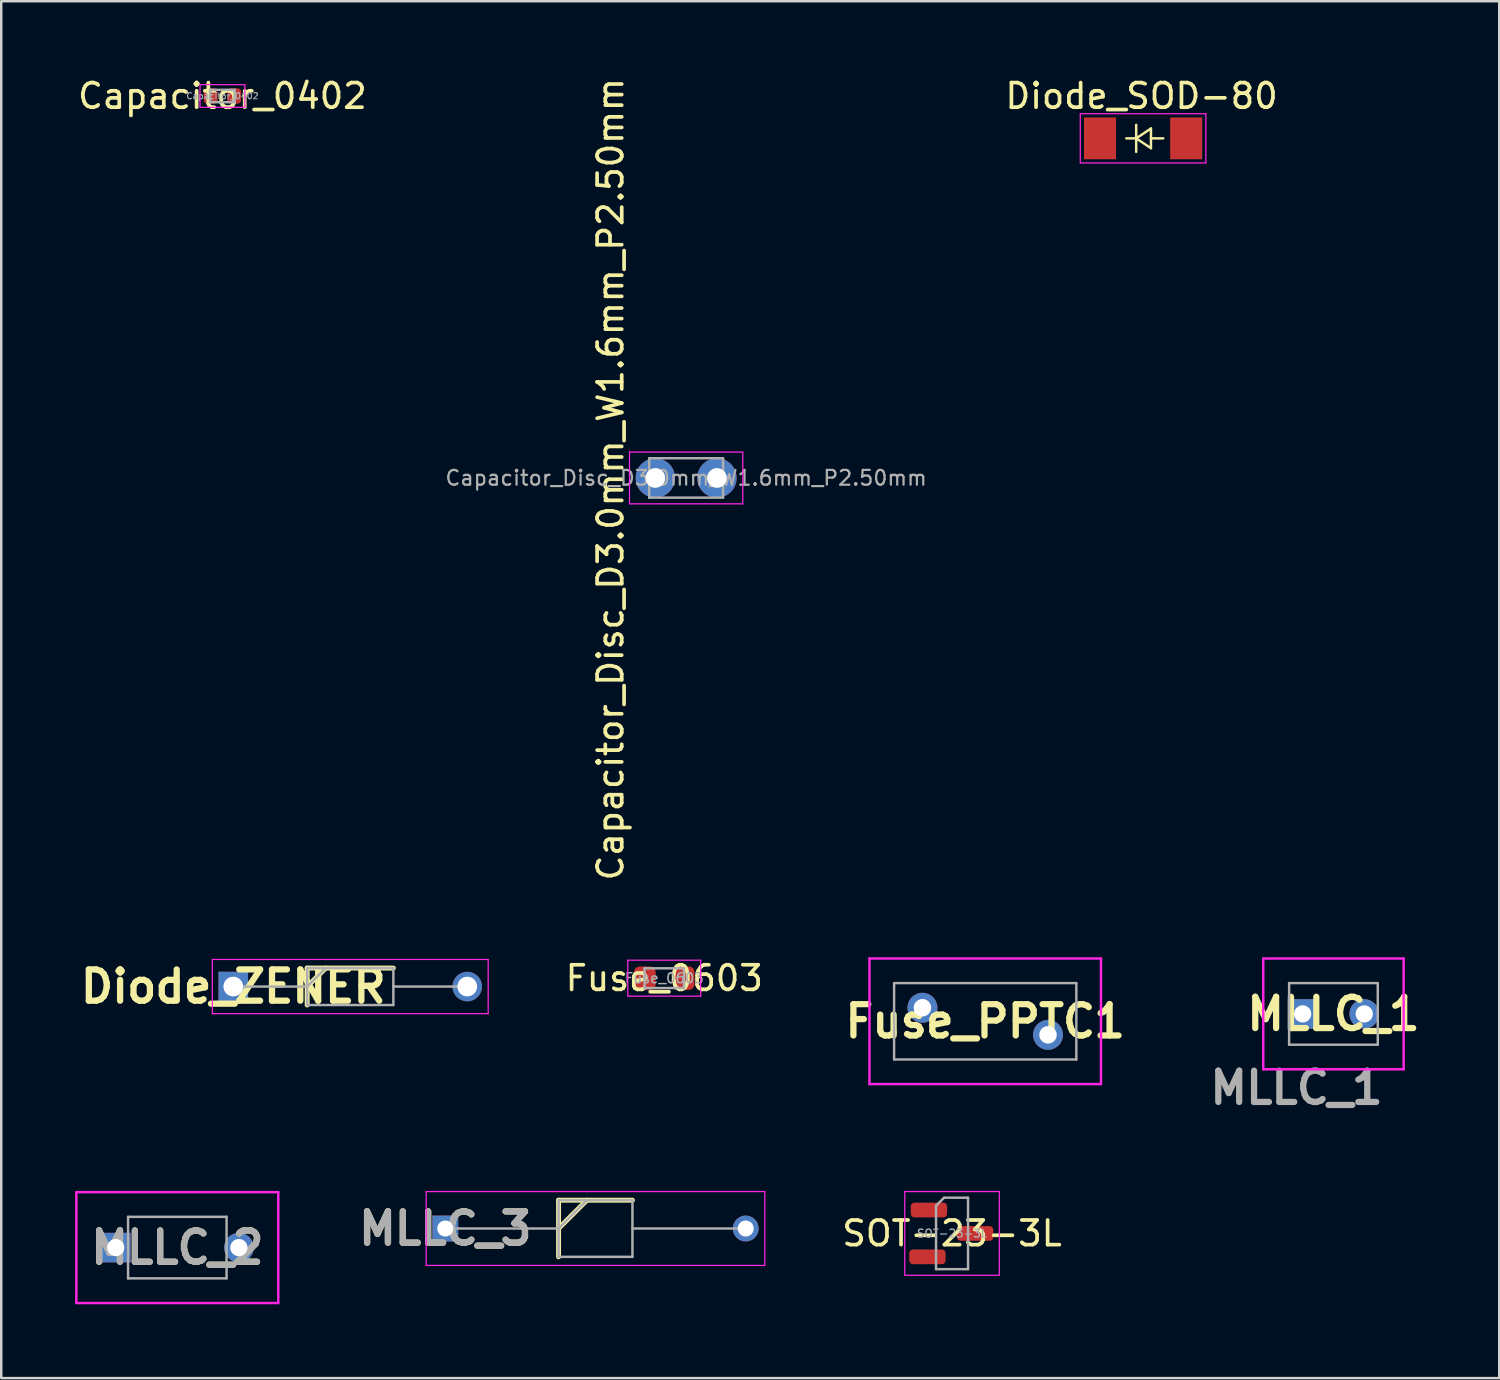
<source format=kicad_pcb>
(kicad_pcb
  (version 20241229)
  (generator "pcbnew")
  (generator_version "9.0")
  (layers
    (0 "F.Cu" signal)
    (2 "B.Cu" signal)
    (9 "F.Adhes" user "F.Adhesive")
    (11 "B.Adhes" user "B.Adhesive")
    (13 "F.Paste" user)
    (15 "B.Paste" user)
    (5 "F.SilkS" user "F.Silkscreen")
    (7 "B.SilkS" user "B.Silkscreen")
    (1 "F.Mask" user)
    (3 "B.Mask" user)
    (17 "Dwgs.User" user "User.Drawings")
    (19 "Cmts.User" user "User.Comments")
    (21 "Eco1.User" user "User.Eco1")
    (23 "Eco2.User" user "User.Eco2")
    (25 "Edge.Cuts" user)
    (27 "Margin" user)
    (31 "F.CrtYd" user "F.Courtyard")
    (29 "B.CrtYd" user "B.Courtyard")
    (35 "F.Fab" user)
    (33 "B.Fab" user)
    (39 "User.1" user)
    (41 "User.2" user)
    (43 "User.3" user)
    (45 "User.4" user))
  (footprint "Fuse_PPTC1"
    (layer "F.Cu")
    (at 34.406 37.871)
    (property "Reference" "Fuse_PPTC1" (at 2.55 0.55 0) (layer "F.SilkS") (effects (font (size 1.27 1.27) (thickness 0.254))))
    (attr through_hole)
    (fp_line (start -2.15 -2) (end 7.25 -2) (stroke (width 0.1) (type solid)) (layer "F.CrtYd"))
    (fp_line (start -2.15 3.1) (end -2.15 -2) (stroke (width 0.1) (type solid)) (layer "F.CrtYd"))
    (fp_line (start 7.25 -2) (end 7.25 3.1) (stroke (width 0.1) (type solid)) (layer "F.CrtYd"))
    (fp_line (start 7.25 3.1) (end -2.15 3.1) (stroke (width 0.1) (type solid)) (layer "F.CrtYd"))
    (fp_line (start -1.15 -1) (end 6.25 -1) (stroke (width 0.1) (type solid)) (layer "F.Fab"))
    (fp_line (start -1.15 2.1) (end -1.15 -1) (stroke (width 0.1) (type solid)) (layer "F.Fab"))
    (fp_line (start 6.25 -1) (end 6.25 2.1) (stroke (width 0.1) (type solid)) (layer "F.Fab"))
    (fp_line (start 6.25 2.1) (end -1.15 2.1) (stroke (width 0.1) (type solid)) (layer "F.Fab"))
    (pad "1" thru_hole circle (at 0 0) (size 1.217 1.217) (drill 0.71) (layers "*.Cu" "*.Mask"))
    (pad "2" thru_hole circle (at 5.1 1.1) (size 1.217 1.217) (drill 0.71) (layers "*.Cu" "*.Mask")))
  (footprint "Capacitor_Disc_D3.0mm_W1.6mm_P2.50mm"
    (layer "F.Cu")
    (at 23.561 16.358)
    (property "Reference" "Capacitor_Disc_D3.0mm_W1.6mm_P2.50mm" (at -1.82 0.052 90) (layer "F.SilkS") (effects (font (size 1 1) (thickness 0.15))))
    (attr through_hole)
    (fp_line (start -1.05 -1.05) (end -1.05 1.05) (stroke (width 0.05) (type solid)) (layer "F.CrtYd"))
    (fp_line (start -1.05 1.05) (end 3.55 1.05) (stroke (width 0.05) (type solid)) (layer "F.CrtYd"))
    (fp_line (start 3.55 -1.05) (end -1.05 -1.05) (stroke (width 0.05) (type solid)) (layer "F.CrtYd"))
    (fp_line (start 3.55 1.05) (end 3.55 -1.05) (stroke (width 0.05) (type solid)) (layer "F.CrtYd"))
    (fp_line (start -0.25 -0.8) (end -0.25 0.8) (stroke (width 0.1) (type solid)) (layer "F.Fab"))
    (fp_line (start -0.25 0.8) (end 2.75 0.8) (stroke (width 0.1) (type solid)) (layer "F.Fab"))
    (fp_line (start 2.75 -0.8) (end -0.25 -0.8) (stroke (width 0.1) (type solid)) (layer "F.Fab"))
    (fp_line (start 2.75 0.8) (end 2.75 -0.8) (stroke (width 0.1) (type solid)) (layer "F.Fab"))
    (fp_text user "${REFERENCE}" (at 1.25 0 0) (layer "F.Fab") (effects (font (size 0.6 0.6) (thickness 0.09))))
    (pad "1" thru_hole circle (at 0 0) (size 1.6 1.6) (drill 0.8) (layers "*.Cu" "*.Mask"))
    (pad "2" thru_hole circle (at 2.5 0) (size 1.6 1.6) (drill 0.8) (layers "*.Cu" "*.Mask")))
  (footprint "Diode_ZENER"
    (layer "F.Cu")
    (at 6.423 37.01)
    (property "Reference" "Diode_ZENER" (at 0 0 0) (layer "F.SilkS") (effects (font (size 1.27 1.27) (thickness 0.254))))
    (attr through_hole)
    (fp_line (start 3 -0.75) (end 6.5 -0.75) (stroke (width 0.2) (type solid)) (layer "F.SilkS"))
    (fp_line (start 3 0) (end 3.75 -0.75) (stroke (width 0.2) (type solid)) (layer "F.SilkS"))
    (fp_line (start 3 0.75) (end 3 -0.75) (stroke (width 0.2) (type solid)) (layer "F.SilkS"))
    (fp_line (start -0.85 -1.1) (end 10.35 -1.1) (stroke (width 0.05) (type solid)) (layer "F.CrtYd"))
    (fp_line (start -0.85 1.1) (end -0.85 -1.1) (stroke (width 0.05) (type solid)) (layer "F.CrtYd"))
    (fp_line (start 10.35 -1.1) (end 10.35 1.1) (stroke (width 0.05) (type solid)) (layer "F.CrtYd"))
    (fp_line (start 10.35 1.1) (end -0.85 1.1) (stroke (width 0.05) (type solid)) (layer "F.CrtYd"))
    (fp_line (start 0 0) (end 3 0) (stroke (width 0.1) (type solid)) (layer "F.Fab"))
    (fp_line (start 3 -0.75) (end 6.5 -0.75) (stroke (width 0.1) (type solid)) (layer "F.Fab"))
    (fp_line (start 3 0) (end 3.75 -0.75) (stroke (width 0.1) (type solid)) (layer "F.Fab"))
    (fp_line (start 3 0.75) (end 3 -0.75) (stroke (width 0.1) (type solid)) (layer "F.Fab"))
    (fp_line (start 6.5 -0.75) (end 6.5 0.75) (stroke (width 0.1) (type solid)) (layer "F.Fab"))
    (fp_line (start 6.5 0) (end 9.5 0) (stroke (width 0.1) (type solid)) (layer "F.Fab"))
    (fp_line (start 6.5 0.75) (end 3 0.75) (stroke (width 0.1) (type solid)) (layer "F.Fab"))
    (pad "1" thru_hole rect (at 0 0) (size 1.2 1.2) (drill 0.8) (layers "*.Cu" "*.Mask"))
    (pad "2" thru_hole circle (at 9.5 0) (size 1.2 1.2) (drill 0.8) (layers "*.Cu" "*.Mask")))
  (footprint "SOT-23-3L"
    (layer "F.Cu")
    (at 35.609 47.035)
    (property "Reference" "SOT-23-3L" (at 0 0 0) (layer "F.SilkS") (effects (font (size 1 1) (thickness 0.15))))
    (attr smd)
    (fp_line (start -1.92 -1.7) (end -1.92 1.7) (stroke (width 0.05) (type solid)) (layer "F.CrtYd"))
    (fp_line (start -1.92 1.7) (end 1.92 1.7) (stroke (width 0.05) (type solid)) (layer "F.CrtYd"))
    (fp_line (start 1.92 -1.7) (end -1.92 -1.7) (stroke (width 0.05) (type solid)) (layer "F.CrtYd"))
    (fp_line (start 1.92 1.7) (end 1.92 -1.7) (stroke (width 0.05) (type solid)) (layer "F.CrtYd"))
    (fp_line (start -0.65 -1.125) (end -0.325 -1.45) (stroke (width 0.1) (type solid)) (layer "F.Fab"))
    (fp_line (start -0.65 1.45) (end -0.65 -1.125) (stroke (width 0.1) (type solid)) (layer "F.Fab"))
    (fp_line (start -0.325 -1.45) (end 0.65 -1.45) (stroke (width 0.1) (type solid)) (layer "F.Fab"))
    (fp_line (start 0.65 -1.45) (end 0.65 1.45) (stroke (width 0.1) (type solid)) (layer "F.Fab"))
    (fp_line (start 0.65 1.45) (end -0.65 1.45) (stroke (width 0.1) (type solid)) (layer "F.Fab"))
    (fp_text user "${REFERENCE}" (at 0 0 0) (layer "F.Fab") (effects (font (size 0.32 0.32) (thickness 0.05))))
    (pad "1" smd roundrect (at -0.938 -0.95) (size 1.475 0.6) (layers "F.Cu" "F.Mask" "F.Paste") (roundrect_rratio 0.25))
    (pad "2" smd roundrect (at -1 0.95) (size 1.475 0.6) (layers "F.Cu" "F.Mask" "F.Paste") (roundrect_rratio 0.25))
    (pad "3" smd roundrect (at 0.938 0) (size 1.475 0.6) (layers "F.Cu" "F.Mask" "F.Paste") (roundrect_rratio 0.25)))
  (footprint "MLLC_2"
    (layer "F.Cu")
    (at 1.65 47.61)
    (property "Reference" "MLLC_2" (at 2.5 0 0) (layer "F.SilkS") (effects (font (size 1.27 1.27) (thickness 0.254))))
    (attr through_hole)
    (fp_line (start -1.6 -2.25) (end 6.6 -2.25) (stroke (width 0.1) (type solid)) (layer "F.CrtYd"))
    (fp_line (start -1.6 2.25) (end -1.6 -2.25) (stroke (width 0.1) (type solid)) (layer "F.CrtYd"))
    (fp_line (start 6.6 -2.25) (end 6.6 2.25) (stroke (width 0.1) (type solid)) (layer "F.CrtYd"))
    (fp_line (start 6.6 2.25) (end -1.6 2.25) (stroke (width 0.1) (type solid)) (layer "F.CrtYd"))
    (fp_line (start 0.5 -1.25) (end 4.5 -1.25) (stroke (width 0.1) (type solid)) (layer "F.Fab"))
    (fp_line (start 0.5 1.25) (end 0.5 -1.25) (stroke (width 0.1) (type solid)) (layer "F.Fab"))
    (fp_line (start 4.5 -1.25) (end 4.5 1.25) (stroke (width 0.1) (type solid)) (layer "F.Fab"))
    (fp_line (start 4.5 1.25) (end 0.5 1.25) (stroke (width 0.1) (type solid)) (layer "F.Fab"))
    (fp_text user "${REFERENCE}" (at 2.5 0 0) (layer "F.Fab") (effects (font (size 1.27 1.27) (thickness 0.254))))
    (pad "1" thru_hole rect (at 0 0) (size 1.2 1.2) (drill 0.7) (layers "*.Cu" "*.Mask"))
    (pad "2" thru_hole circle (at 5 0) (size 1.2 1.2) (drill 0.7) (layers "*.Cu" "*.Mask")))
  (footprint "MLLC_3"
    (layer "F.Cu")
    (at 15.031 46.835)
    (property "Reference" "MLLC_3" (at 0 0 0) (layer "F.SilkS") (effects (font (size 1.27 1.27) (thickness 0.254))))
    (attr through_hole)
    (fp_line (start 4.6 -1.15) (end 7.6 -1.15) (stroke (width 0.2) (type solid)) (layer "F.SilkS"))
    (fp_line (start 4.6 0) (end 5.75 -1.15) (stroke (width 0.2) (type solid)) (layer "F.SilkS"))
    (fp_line (start 4.6 1.15) (end 4.6 -1.15) (stroke (width 0.2) (type solid)) (layer "F.SilkS"))
    (fp_line (start -0.775 -1.5) (end 12.975 -1.5) (stroke (width 0.05) (type solid)) (layer "F.CrtYd"))
    (fp_line (start -0.775 1.5) (end -0.775 -1.5) (stroke (width 0.05) (type solid)) (layer "F.CrtYd"))
    (fp_line (start 12.975 -1.5) (end 12.975 1.5) (stroke (width 0.05) (type solid)) (layer "F.CrtYd"))
    (fp_line (start 12.975 1.5) (end -0.775 1.5) (stroke (width 0.05) (type solid)) (layer "F.CrtYd"))
    (fp_line (start 0 0) (end 4.6 0) (stroke (width 0.1) (type solid)) (layer "F.Fab"))
    (fp_line (start 4.6 -1.15) (end 7.6 -1.15) (stroke (width 0.1) (type solid)) (layer "F.Fab"))
    (fp_line (start 4.6 0) (end 5.75 -1.15) (stroke (width 0.1) (type solid)) (layer "F.Fab"))
    (fp_line (start 4.6 1.15) (end 4.6 -1.15) (stroke (width 0.1) (type solid)) (layer "F.Fab"))
    (fp_line (start 7.6 -1.15) (end 7.6 1.15) (stroke (width 0.1) (type solid)) (layer "F.Fab"))
    (fp_line (start 7.6 0) (end 12.2 0) (stroke (width 0.1) (type solid)) (layer "F.Fab"))
    (fp_line (start 7.6 1.15) (end 4.6 1.15) (stroke (width 0.1) (type solid)) (layer "F.Fab"))
    (fp_text user "${REFERENCE}" (at 0 0 0) (layer "F.Fab") (effects (font (size 1.27 1.27) (thickness 0.254))))
    (pad "1" thru_hole rect (at 0 0) (size 1.05 1.05) (drill 0.65) (layers "*.Cu" "*.Mask"))
    (pad "2" thru_hole circle (at 12.2 0) (size 1.05 1.05) (drill 0.65) (layers "*.Cu" "*.Mask")))
  (footprint "Diode_SOD-80"
    (layer "F.Cu")
    (at 43.366 2.568)
    (property "Reference" "Diode_SOD-80" (at -0.06 -1.72 0) (layer "F.SilkS") (effects (font (size 1 1) (thickness 0.15))))
    (attr smd)
    (fp_line (start -0.68 0) (end -0.28 0) (stroke (width 0.1) (type solid)) (layer "F.SilkS"))
    (fp_line (start -0.28 -0.55) (end -0.28 0.55) (stroke (width 0.1) (type solid)) (layer "F.SilkS"))
    (fp_line (start -0.28 0) (end 0.32 -0.4) (stroke (width 0.1) (type solid)) (layer "F.SilkS"))
    (fp_line (start 0.32 -0.4) (end 0.32 0.4) (stroke (width 0.1) (type solid)) (layer "F.SilkS"))
    (fp_line (start 0.32 0) (end 0.82 0) (stroke (width 0.1) (type solid)) (layer "F.SilkS"))
    (fp_line (start 0.32 0.4) (end -0.28 0) (stroke (width 0.1) (type solid)) (layer "F.SilkS"))
    (fp_line (start -2.55 -1) (end 2.55 -1) (stroke (width 0.05) (type solid)) (layer "F.CrtYd"))
    (fp_line (start -2.55 1) (end -2.55 -1) (stroke (width 0.05) (type solid)) (layer "F.CrtYd"))
    (fp_line (start 2.55 -1) (end 2.55 1) (stroke (width 0.05) (type solid)) (layer "F.CrtYd"))
    (fp_line (start 2.55 1) (end -2.55 1) (stroke (width 0.05) (type solid)) (layer "F.CrtYd"))
    (pad "1" smd rect (at -1.75 0) (size 1.3 1.699) (layers "F.Cu" "F.Mask" "F.Paste"))
    (pad "2" smd rect (at 1.75 0) (size 1.3 1.699) (layers "F.Cu" "F.Mask" "F.Paste")))
  (footprint "MLLC_1"
    (layer "F.Cu")
    (at 49.846 38.121)
    (property "Reference" "MLLC_1" (at 1.25 0 0) (layer "F.SilkS") (effects (font (size 1.27 1.27) (thickness 0.254))))
    (attr through_hole)
    (fp_line (start -1.6 -2.25) (end 4.1 -2.25) (stroke (width 0.1) (type solid)) (layer "F.CrtYd"))
    (fp_line (start -1.6 2.25) (end -1.6 -2.25) (stroke (width 0.1) (type solid)) (layer "F.CrtYd"))
    (fp_line (start 4.1 -2.25) (end 4.1 2.25) (stroke (width 0.1) (type solid)) (layer "F.CrtYd"))
    (fp_line (start 4.1 2.25) (end -1.6 2.25) (stroke (width 0.1) (type solid)) (layer "F.CrtYd"))
    (fp_line (start -0.55 -1.25) (end -0.55 1.25) (stroke (width 0.1) (type solid)) (layer "F.Fab"))
    (fp_line (start -0.55 1.25) (end 3.05 1.25) (stroke (width 0.1) (type solid)) (layer "F.Fab"))
    (fp_line (start 3.05 -1.25) (end -0.55 -1.25) (stroke (width 0.1) (type solid)) (layer "F.Fab"))
    (fp_line (start 3.05 1.25) (end 3.05 -1.25) (stroke (width 0.1) (type solid)) (layer "F.Fab"))
    (fp_text user "${REFERENCE}" (at -0.25 3 0) (layer "F.Fab") (effects (font (size 1.27 1.27) (thickness 0.254))))
    (pad "1" thru_hole rect (at 0 0) (size 1.2 1.2) (drill 0.7) (layers "*.Cu" "*.Mask"))
    (pad "2" thru_hole circle (at 2.5 0) (size 1.2 1.2) (drill 0.7) (layers "*.Cu" "*.Mask")))
  (footprint "Capacitor_0402"
    (layer "F.Cu")
    (at 5.982 0.848)
    (property "Reference" "Capacitor_0402" (at 0 0 0) (layer "F.SilkS") (effects (font (size 1 1) (thickness 0.15))))
    (attr smd)
    (fp_line (start -0.91 -0.46) (end 0.91 -0.46) (stroke (width 0.05) (type solid)) (layer "F.CrtYd"))
    (fp_line (start -0.91 0.46) (end -0.91 -0.46) (stroke (width 0.05) (type solid)) (layer "F.CrtYd"))
    (fp_line (start 0.91 -0.46) (end 0.91 0.46) (stroke (width 0.05) (type solid)) (layer "F.CrtYd"))
    (fp_line (start 0.91 0.46) (end -0.91 0.46) (stroke (width 0.05) (type solid)) (layer "F.CrtYd"))
    (fp_line (start -0.5 -0.25) (end 0.5 -0.25) (stroke (width 0.1) (type solid)) (layer "F.Fab"))
    (fp_line (start -0.5 0.25) (end -0.5 -0.25) (stroke (width 0.1) (type solid)) (layer "F.Fab"))
    (fp_line (start 0.5 -0.25) (end 0.5 0.25) (stroke (width 0.1) (type solid)) (layer "F.Fab"))
    (fp_line (start 0.5 0.25) (end -0.5 0.25) (stroke (width 0.1) (type solid)) (layer "F.Fab"))
    (fp_text user "${REFERENCE}" (at 0 0 0) (layer "F.Fab") (effects (font (size 0.25 0.25) (thickness 0.04))))
    (pad "1" smd roundrect (at -0.48 0) (size 0.56 0.62) (layers "F.Cu" "F.Mask" "F.Paste") (roundrect_rratio 0.25))
    (pad "2" smd roundrect (at 0.48 0) (size 0.56 0.62) (layers "F.Cu" "F.Mask" "F.Paste") (roundrect_rratio 0.25)))
  (footprint "Fuse_0603"
    (layer "F.Cu")
    (at 23.923 36.67)
    (property "Reference" "Fuse_0603" (at 0 0 0) (layer "F.SilkS") (effects (font (size 1 1) (thickness 0.15))))
    (attr smd)
    (fp_line (start -1.48 -0.73) (end 1.48 -0.73) (stroke (width 0.05) (type solid)) (layer "F.CrtYd"))
    (fp_line (start -1.48 0.73) (end -1.48 -0.73) (stroke (width 0.05) (type solid)) (layer "F.CrtYd"))
    (fp_line (start 1.48 -0.73) (end 1.48 0.73) (stroke (width 0.05) (type solid)) (layer "F.CrtYd"))
    (fp_line (start 1.48 0.73) (end -1.48 0.73) (stroke (width 0.05) (type solid)) (layer "F.CrtYd"))
    (fp_line (start -0.8 -0.4) (end 0.8 -0.4) (stroke (width 0.1) (type solid)) (layer "F.Fab"))
    (fp_line (start -0.8 0.4) (end -0.8 -0.4) (stroke (width 0.1) (type solid)) (layer "F.Fab"))
    (fp_line (start 0.8 -0.4) (end 0.8 0.4) (stroke (width 0.1) (type solid)) (layer "F.Fab"))
    (fp_line (start 0.8 0.4) (end -0.8 0.4) (stroke (width 0.1) (type solid)) (layer "F.Fab"))
    (fp_text user "${REFERENCE}" (at 0 0 0) (layer "F.Fab") (effects (font (size 0.4 0.4) (thickness 0.06))))
    (pad "1" smd roundrect (at -0.787 0) (size 0.875 0.95) (layers "F.Cu" "F.Mask" "F.Paste") (roundrect_rratio 0.25))
    (pad "2" smd roundrect (at 0.787 0) (size 0.875 0.95) (layers "F.Cu" "F.Mask" "F.Paste") (roundrect_rratio 0.25)))
  (gr_rect
    (start -3 -3)
    (end 57.827 52.91)
    (stroke (width 0.1) (type default))
    (fill no)
    (layer "Edge.Cuts")))
</source>
